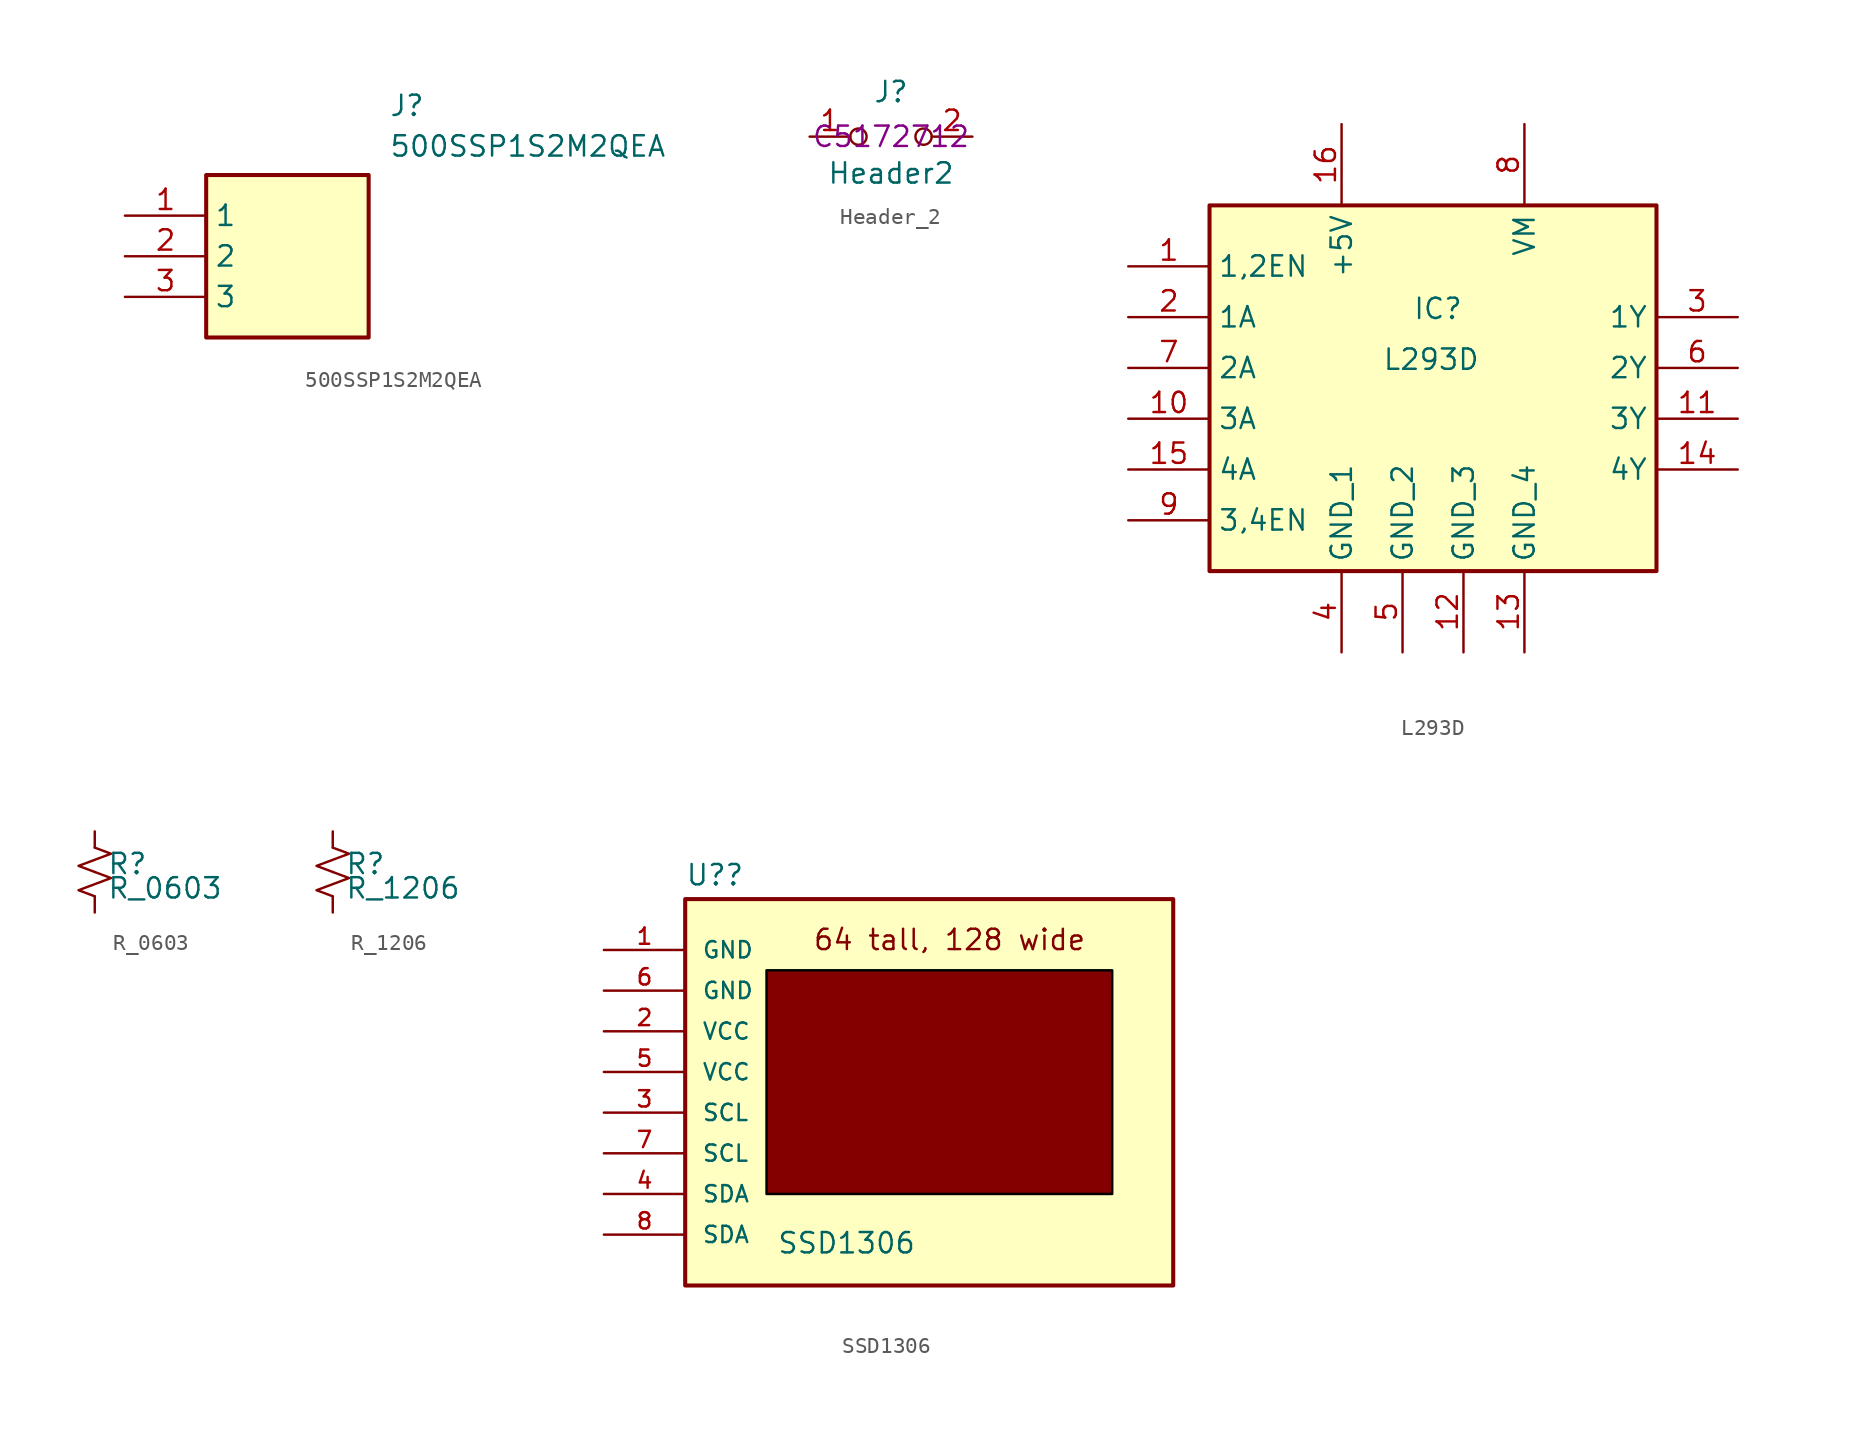
<source format=kicad_sym>
(kicad_symbol_lib
  (version 20220914)
  (generator kicad_symbol_editor)
  (symbol "500SSP1S2M2QEA"
    (property "Reference" "J"
      (at 16.51 7.62 0)
      (effects (font (size 1.27 1.27)) (justify left top)))
    (property "Value" "500SSP1S2M2QEA"
      (at 16.51 5.08 0)
      (effects (font (size 1.27 1.27)) (justify left top)))
    (symbol "500SSP1S2M2QEA_1_1"
      (rectangle (start 5.08 2.54) (end 15.24 -7.62) (stroke (width 0.254) (type default)) (fill (type background)))
      (pin passive line (at 0 0 0) (length 5.08) (name "1" (effects (font (size 1.27 1.27)))) (number "1" (effects (font (size 1.27 1.27)))))
      (pin passive line (at 0 -2.54 0) (length 5.08) (name "2" (effects (font (size 1.27 1.27)))) (number "2" (effects (font (size 1.27 1.27)))))
      (pin passive line (at 0 -5.08 0) (length 5.08) (name "3" (effects (font (size 1.27 1.27)))) (number "3" (effects (font (size 1.27 1.27)))))))
  (symbol "Header_2"
    (pin_names
      (offset 0) hide)
    (property "Reference" "J"
      (at 0 2.794 0)
      (effects (font (size 1.27 1.27))))
    (property "Value" "Header2"
      (at 0 -2.286 0)
      (effects (font (size 1.27 1.27))))
    (property "LCSC" "C5172712"
      (at 0 0 0)
      (effects (font (size 1.27 1.27))))
    (symbol "Header_2_0_0"
      (circle (center -2.032 0) (radius 0.508) (stroke (width 0) (type default)) (fill (type none)))
      (circle (center 2.032 0) (radius 0.508) (stroke (width 0) (type default)) (fill (type none))))
    (symbol "Header_2_1_1"
      (pin passive line (at -5.08 0 0) (length 2.54) (name "A" (effects (font (size 1.27 1.27)))) (number "1" (effects (font (size 1.27 1.27)))))
      (pin passive line (at 5.08 0 180) (length 2.54) (name "B" (effects (font (size 1.27 1.27)))) (number "2" (effects (font (size 1.27 1.27)))))))
  (symbol "L293D"
    (property "Reference" "IC"
      (at 17.78 -3.175 0)
      (effects (font (size 1.27 1.27)) (justify left top)))
    (property "Value" "L293D"
      (at 15.875 -6.35 0)
      (effects (font (size 1.27 1.27)) (justify left top)))
    (symbol "L293D_1_1"
      (rectangle (start 5.08 2.54) (end 33.02 -20.32) (stroke (width 0.254) (type default)) (fill (type background)))
      (pin passive line (at 0 -1.27 0) (length 5.08) (name "1,2EN" (effects (font (size 1.27 1.27)))) (number "1" (effects (font (size 1.27 1.27)))))
      (pin passive line (at 0 -10.795 0) (length 5.08) (name "3A" (effects (font (size 1.27 1.27)))) (number "10" (effects (font (size 1.27 1.27)))))
      (pin passive line (at 38.1 -10.795 180) (length 5.08) (name "3Y" (effects (font (size 1.27 1.27)))) (number "11" (effects (font (size 1.27 1.27)))))
      (pin passive line (at 20.955 -25.4 90) (length 5.08) (name "GND_3" (effects (font (size 1.27 1.27)))) (number "12" (effects (font (size 1.27 1.27)))))
      (pin passive line (at 24.765 -25.4 90) (length 5.08) (name "GND_4" (effects (font (size 1.27 1.27)))) (number "13" (effects (font (size 1.27 1.27)))))
      (pin passive line (at 38.1 -13.97 180) (length 5.08) (name "4Y" (effects (font (size 1.27 1.27)))) (number "14" (effects (font (size 1.27 1.27)))))
      (pin passive line (at 0 -13.97 0) (length 5.08) (name "4A" (effects (font (size 1.27 1.27)))) (number "15" (effects (font (size 1.27 1.27)))))
      (pin passive line (at 13.335 7.62 270) (length 5.08) (name "+5V" (effects (font (size 1.27 1.27)))) (number "16" (effects (font (size 1.27 1.27)))))
      (pin passive line (at 0 -4.445 0) (length 5.08) (name "1A" (effects (font (size 1.27 1.27)))) (number "2" (effects (font (size 1.27 1.27)))))
      (pin passive line (at 38.1 -4.445 180) (length 5.08) (name "1Y" (effects (font (size 1.27 1.27)))) (number "3" (effects (font (size 1.27 1.27)))))
      (pin passive line (at 13.335 -25.4 90) (length 5.08) (name "GND_1" (effects (font (size 1.27 1.27)))) (number "4" (effects (font (size 1.27 1.27)))))
      (pin passive line (at 17.145 -25.4 90) (length 5.08) (name "GND_2" (effects (font (size 1.27 1.27)))) (number "5" (effects (font (size 1.27 1.27)))))
      (pin passive line (at 38.1 -7.62 180) (length 5.08) (name "2Y" (effects (font (size 1.27 1.27)))) (number "6" (effects (font (size 1.27 1.27)))))
      (pin passive line (at 0 -7.62 0) (length 5.08) (name "2A" (effects (font (size 1.27 1.27)))) (number "7" (effects (font (size 1.27 1.27)))))
      (pin passive line (at 24.765 7.62 270) (length 5.08) (name "VM" (effects (font (size 1.27 1.27)))) (number "8" (effects (font (size 1.27 1.27)))))
      (pin passive line (at 0 -17.145 0) (length 5.08) (name "3,4EN" (effects (font (size 1.27 1.27)))) (number "9" (effects (font (size 1.27 1.27)))))))
  (symbol "R_0603"
    (pin_numbers hide)
    (pin_names
      (offset 0.254) hide)
    (property "Reference" "R"
      (at 0.762 0.508 0)
      (effects (font (size 1.27 1.27)) (justify left)))
    (property "Value" "R_0603"
      (at 0.762 -1.016 0)
      (effects (font (size 1.27 1.27)) (justify left)))
    (symbol "R_0603_1_1"
      (polyline (pts (xy 0 0) (xy 1.016 -0.381) (xy 0 -0.762) (xy -1.016 -1.143) (xy 0 -1.524)) (stroke (width 0) (type default)) (fill (type none)))
      (polyline (pts (xy 0 1.524) (xy 1.016 1.143) (xy 0 0.762) (xy -1.016 0.381) (xy 0 0)) (stroke (width 0) (type default)) (fill (type none)))
      (pin passive line (at 0 2.54 270) (length 1.016) (name "~" (effects (font (size 1.27 1.27)))) (number "1" (effects (font (size 1.27 1.27)))))
      (pin passive line (at 0 -2.54 90) (length 1.016) (name "~" (effects (font (size 1.27 1.27)))) (number "2" (effects (font (size 1.27 1.27)))))))
  (symbol "R_1206"
    (pin_numbers hide)
    (pin_names
      (offset 0.254) hide)
    (property "Reference" "R"
      (at 0.762 0.508 0)
      (effects (font (size 1.27 1.27)) (justify left)))
    (property "Value" "R_1206"
      (at 0.762 -1.016 0)
      (effects (font (size 1.27 1.27)) (justify left)))
    (symbol "R_1206_1_1"
      (polyline (pts (xy 0 0) (xy 1.016 -0.381) (xy 0 -0.762) (xy -1.016 -1.143) (xy 0 -1.524)) (stroke (width 0) (type default)) (fill (type none)))
      (polyline (pts (xy 0 1.524) (xy 1.016 1.143) (xy 0 0.762) (xy -1.016 0.381) (xy 0 0)) (stroke (width 0) (type default)) (fill (type none)))
      (pin passive line (at 0 2.54 270) (length 1.016) (name "~" (effects (font (size 1.27 1.27)))) (number "1" (effects (font (size 1.27 1.27)))))
      (pin passive line (at 0 -2.54 90) (length 1.016) (name "~" (effects (font (size 1.27 1.27)))) (number "2" (effects (font (size 1.27 1.27)))))))
  (symbol "SSD1306"
    (pin_names
      (offset 1.016))
    (property "Reference" "U?"
      (at -15.24 16.002 0)
      (effects (font (size 1.27 1.27)) (justify left bottom)))
    (property "Value" "SSD1306"
      (at -9.525 -6.985 0)
      (effects (font (size 1.27 1.27)) (justify left bottom)))
    (symbol "SSD1306_0_0"
      (rectangle (start -15.24 15.24) (end 15.24 -8.89) (stroke (width 0.254) (type default)) (fill (type background))))
    (symbol "SSD1306_1_0"
      (pin power_in line (at -20.32 12.065 0) (length 5.08) (name "GND" (effects (font (size 1.016 1.016)))) (number "1" (effects (font (size 1.016 1.016)))))
      (pin power_in line (at -20.32 6.985 0) (length 5.08) (name "VCC" (effects (font (size 1.016 1.016)))) (number "2" (effects (font (size 1.016 1.016)))))
      (pin input line (at -20.32 1.905 0) (length 5.08) (name "SCL" (effects (font (size 1.016 1.016)))) (number "3" (effects (font (size 1.016 1.016)))))
      (pin input line (at -20.32 -3.175 0) (length 5.08) (name "SDA" (effects (font (size 1.016 1.016)))) (number "4" (effects (font (size 1.016 1.016)))))
      (pin power_in line (at -20.32 4.445 0) (length 5.08) (name "VCC" (effects (font (size 1.016 1.016)))) (number "5" (effects (font (size 1.016 1.016)))))
      (pin power_in line (at -20.32 9.525 0) (length 5.08) (name "GND" (effects (font (size 1.016 1.016)))) (number "6" (effects (font (size 1.016 1.016)))))
      (pin input line (at -20.32 -0.635 0) (length 5.08) (name "SCL" (effects (font (size 1.016 1.016)))) (number "7" (effects (font (size 1.016 1.016)))))
      (pin input line (at -20.32 -5.715 0) (length 5.08) (name "SDA" (effects (font (size 1.016 1.016)))) (number "8" (effects (font (size 1.016 1.016))))))
    (symbol "SSD1306_1_1"
      (rectangle (start -10.16 10.795) (end 11.43 -3.175) (stroke (width 0) (type default) (color 0 0 0 1)) (fill (type color) (color 132 0 0 1)))
      (text "64 tall, 128 wide" (at 1.27 12.7 0) (effects (font (size 1.27 1.27)))))))
</source>
